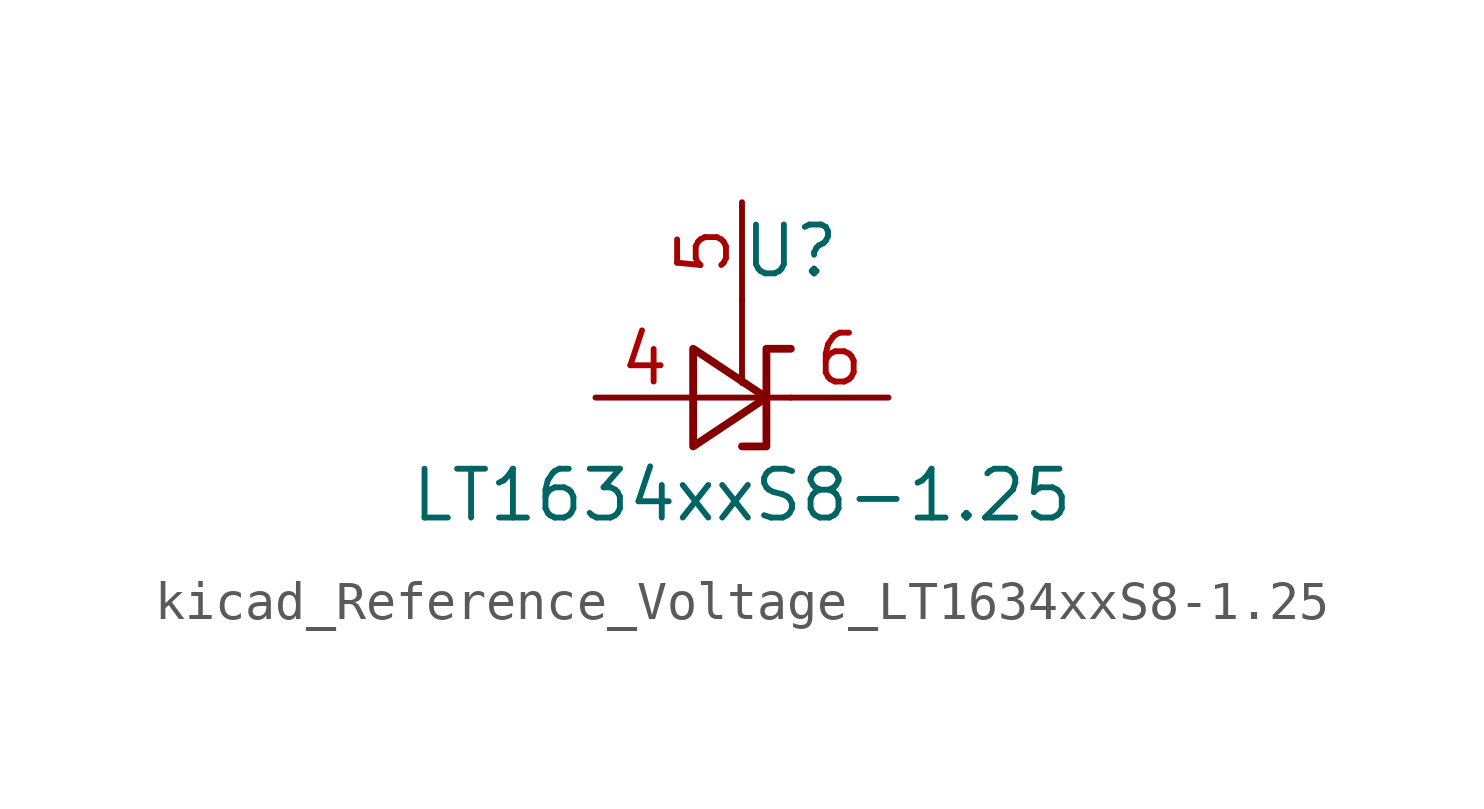
<source format=kicad_sym>
(kicad_symbol_lib
  (version 20220914)
  (generator kicad_symbol_editor)
  (symbol "kicad_Reference_Voltage_LT1634xxS8-1.25"
    (pin_names hide)
    (property "Reference" "U"
      (at 1.27 3.81 0)
      (effects (font (size 1.27 1.27))))
    (property "Value" "LT1634xxS8-1.25"
      (at 0 -2.54 0)
      (effects (font (size 1.27 1.27))))
    (symbol "kicad_Reference_Voltage_LT1634xxS8-1.25_1_1"
      (polyline (pts (xy 0 2.54) (xy 0 0.381)) (stroke (width 0) (type default)) (fill (type none)))
      (polyline (pts (xy -1.27 0) (xy 0 0) (xy 1.27 0)) (stroke (width 0) (type default)) (fill (type none)))
      (polyline (pts (xy -1.27 -1.27) (xy 0.635 0) (xy -1.27 1.27) (xy -1.27 -1.27)) (stroke (width 0.203) (type default)) (fill (type none)))
      (polyline (pts (xy 0 -1.27) (xy 0.635 -1.27) (xy 0.635 1.27) (xy 1.27 1.27)) (stroke (width 0.203) (type default)) (fill (type none)))
      (pin passive line (at -3.81 0 0) (length 2.54) (name "A" (effects (font (size 1.27 1.27)))) (number "4" (effects (font (size 1.27 1.27)))))
      (pin input line (at 0 5.08 270) (length 2.54) (name "Test" (effects (font (size 1.27 1.27)))) (number "5" (effects (font (size 1.27 1.27)))))
      (pin passive line (at 3.81 0 180) (length 2.54) (name "K" (effects (font (size 1.27 1.27)))) (number "6" (effects (font (size 1.27 1.27))))))))
</source>
